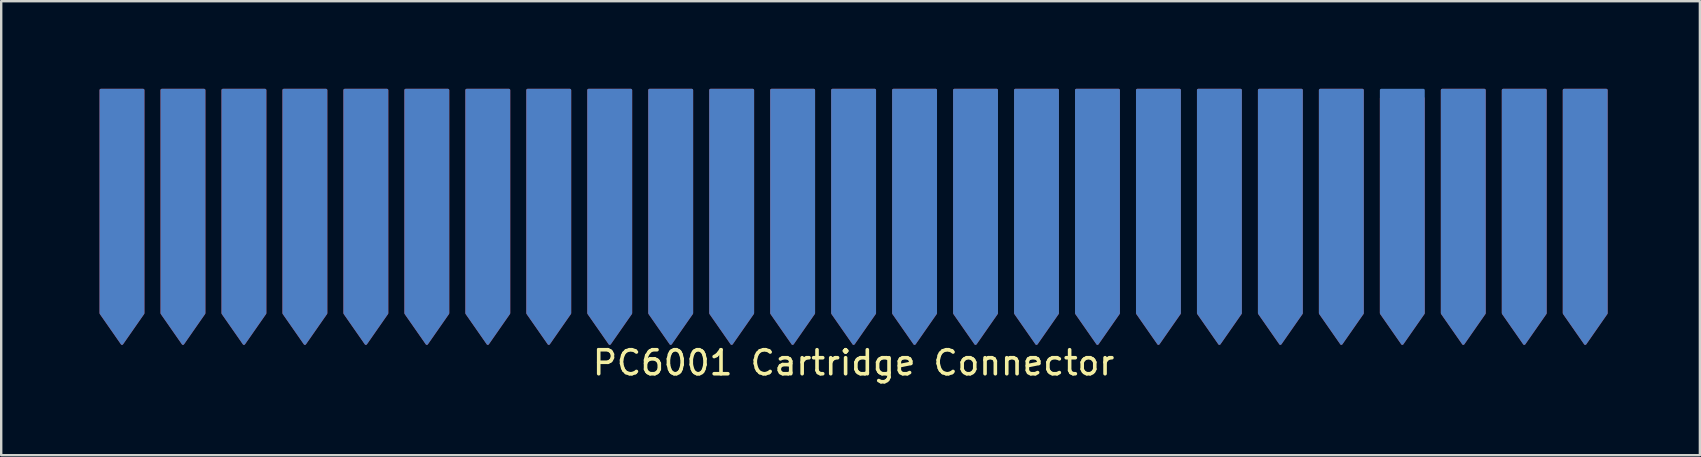
<source format=kicad_pcb>
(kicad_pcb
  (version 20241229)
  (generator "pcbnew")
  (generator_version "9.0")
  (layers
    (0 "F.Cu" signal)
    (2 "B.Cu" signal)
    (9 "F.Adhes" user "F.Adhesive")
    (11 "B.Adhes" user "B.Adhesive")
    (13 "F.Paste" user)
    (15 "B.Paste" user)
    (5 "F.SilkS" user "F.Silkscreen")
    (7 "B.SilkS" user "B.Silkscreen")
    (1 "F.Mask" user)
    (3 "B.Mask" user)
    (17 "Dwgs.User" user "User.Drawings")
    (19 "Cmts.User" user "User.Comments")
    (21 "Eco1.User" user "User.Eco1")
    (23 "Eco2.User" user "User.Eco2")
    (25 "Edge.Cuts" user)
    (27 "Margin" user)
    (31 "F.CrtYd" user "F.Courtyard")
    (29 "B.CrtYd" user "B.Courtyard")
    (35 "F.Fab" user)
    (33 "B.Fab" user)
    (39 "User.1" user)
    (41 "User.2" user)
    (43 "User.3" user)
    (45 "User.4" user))
  (footprint "PC6001 Cartridge Connector"
    (layer "F.Cu")
    (at 32.512 2.54)
    (property "Reference" "PC6001 Cartridge Connector" (at 0 9.525 0) (layer "F.SilkS") (effects (font (size 1 1) (thickness 0.15))))
    (attr through_hole)
    (pad "1" smd custom (at -30.48 0) (size 1 1) (layers "B.Cu" "B.Mask" "B.Paste") (options (anchor circle)) (primitives (gr_poly (pts (xy -0.885 -1.84) (xy -0.885 7.46) (xy 0.885 7.46) (xy 0.885 -1.84)) (width 0.1) (fill yes)) (gr_poly (pts (xy 0.885 7.46) (xy 0 8.73) (xy -0.885 7.46)) (width 0.1) (fill yes))))
    (pad "2" smd custom (at -30.48 0) (size 1 1) (layers "F.Cu" "F.Mask" "F.Paste") (options (anchor circle)) (primitives (gr_poly (pts (xy -0.885 -1.84) (xy -0.885 7.46) (xy 0.885 7.46) (xy 0.885 -1.84)) (width 0.1) (fill yes)) (gr_poly (pts (xy 0.885 7.46) (xy 0 8.73) (xy -0.885 7.46)) (width 0.1) (fill yes))))
    (pad "3" smd custom (at -27.94 0) (size 1 1) (layers "B.Cu" "B.Mask" "B.Paste") (options (anchor circle)) (primitives (gr_poly (pts (xy -0.885 -1.84) (xy -0.885 7.46) (xy 0.885 7.46) (xy 0.885 -1.84)) (width 0.1) (fill yes)) (gr_poly (pts (xy 0.885 7.46) (xy 0 8.73) (xy -0.885 7.46)) (width 0.1) (fill yes))))
    (pad "4" smd custom (at -27.94 0) (size 1 1) (layers "F.Cu" "F.Mask" "F.Paste") (options (anchor circle)) (primitives (gr_poly (pts (xy -0.885 -1.84) (xy -0.885 7.46) (xy 0.885 7.46) (xy 0.885 -1.84)) (width 0.1) (fill yes)) (gr_poly (pts (xy 0.885 7.46) (xy 0 8.73) (xy -0.885 7.46)) (width 0.1) (fill yes))))
    (pad "5" smd custom (at -25.4 0) (size 1 1) (layers "B.Cu" "B.Mask" "B.Paste") (options (anchor circle)) (primitives (gr_poly (pts (xy -0.885 -1.84) (xy -0.885 7.46) (xy 0.885 7.46) (xy 0.885 -1.84)) (width 0.1) (fill yes)) (gr_poly (pts (xy 0.885 7.46) (xy 0 8.73) (xy -0.885 7.46)) (width 0.1) (fill yes))))
    (pad "6" smd custom (at -25.4 0) (size 1 1) (layers "F.Cu" "F.Mask" "F.Paste") (options (anchor circle)) (primitives (gr_poly (pts (xy -0.885 -1.84) (xy -0.885 7.46) (xy 0.885 7.46) (xy 0.885 -1.84)) (width 0.1) (fill yes)) (gr_poly (pts (xy 0.885 7.46) (xy 0 8.73) (xy -0.885 7.46)) (width 0.1) (fill yes))))
    (pad "7" smd custom (at -22.86 0) (size 1 1) (layers "B.Cu" "B.Mask" "B.Paste") (options (anchor circle)) (primitives (gr_poly (pts (xy -0.885 -1.84) (xy -0.885 7.46) (xy 0.885 7.46) (xy 0.885 -1.84)) (width 0.1) (fill yes)) (gr_poly (pts (xy 0.885 7.46) (xy 0 8.73) (xy -0.885 7.46)) (width 0.1) (fill yes))))
    (pad "8" smd custom (at -22.86 0) (size 1 1) (layers "F.Cu" "F.Mask" "F.Paste") (options (anchor circle)) (primitives (gr_poly (pts (xy -0.885 -1.84) (xy -0.885 7.46) (xy 0.885 7.46) (xy 0.885 -1.84)) (width 0.1) (fill yes)) (gr_poly (pts (xy 0.885 7.46) (xy 0 8.73) (xy -0.885 7.46)) (width 0.1) (fill yes))))
    (pad "9" smd custom (at -20.32 0) (size 1 1) (layers "B.Cu" "B.Mask" "B.Paste") (options (anchor circle)) (primitives (gr_poly (pts (xy -0.885 -1.84) (xy -0.885 7.46) (xy 0.885 7.46) (xy 0.885 -1.84)) (width 0.1) (fill yes)) (gr_poly (pts (xy 0.885 7.46) (xy 0 8.73) (xy -0.885 7.46)) (width 0.1) (fill yes))))
    (pad "10" smd custom (at -20.32 0) (size 1 1) (layers "F.Cu" "F.Mask" "F.Paste") (options (anchor circle)) (primitives (gr_poly (pts (xy -0.885 -1.84) (xy -0.885 7.46) (xy 0.885 7.46) (xy 0.885 -1.84)) (width 0.1) (fill yes)) (gr_poly (pts (xy 0.885 7.46) (xy 0 8.73) (xy -0.885 7.46)) (width 0.1) (fill yes))))
    (pad "11" smd custom (at -17.78 0) (size 1 1) (layers "B.Cu" "B.Mask" "B.Paste") (options (anchor circle)) (primitives (gr_poly (pts (xy -0.885 -1.84) (xy -0.885 7.46) (xy 0.885 7.46) (xy 0.885 -1.84)) (width 0.1) (fill yes)) (gr_poly (pts (xy 0.885 7.46) (xy 0 8.73) (xy -0.885 7.46)) (width 0.1) (fill yes))))
    (pad "12" smd custom (at -17.78 0) (size 1 1) (layers "F.Cu" "F.Mask" "F.Paste") (options (anchor circle)) (primitives (gr_poly (pts (xy -0.885 -1.84) (xy -0.885 7.46) (xy 0.885 7.46) (xy 0.885 -1.84)) (width 0.1) (fill yes)) (gr_poly (pts (xy 0.885 7.46) (xy 0 8.73) (xy -0.885 7.46)) (width 0.1) (fill yes))))
    (pad "13" smd custom (at -15.24 0) (size 1 1) (layers "B.Cu" "B.Mask" "B.Paste") (options (anchor circle)) (primitives (gr_poly (pts (xy -0.885 -1.84) (xy -0.885 7.46) (xy 0.885 7.46) (xy 0.885 -1.84)) (width 0.1) (fill yes)) (gr_poly (pts (xy 0.885 7.46) (xy 0 8.73) (xy -0.885 7.46)) (width 0.1) (fill yes))))
    (pad "14" smd custom (at -15.24 0) (size 1 1) (layers "F.Cu" "F.Mask" "F.Paste") (options (anchor circle)) (primitives (gr_poly (pts (xy -0.885 -1.84) (xy -0.885 7.46) (xy 0.885 7.46) (xy 0.885 -1.84)) (width 0.1) (fill yes)) (gr_poly (pts (xy 0.885 7.46) (xy 0 8.73) (xy -0.885 7.46)) (width 0.1) (fill yes))))
    (pad "15" smd custom (at -12.7 0) (size 1 1) (layers "B.Cu" "B.Mask" "B.Paste") (options (anchor circle)) (primitives (gr_poly (pts (xy -0.885 -1.84) (xy -0.885 7.46) (xy 0.885 7.46) (xy 0.885 -1.84)) (width 0.1) (fill yes)) (gr_poly (pts (xy 0.885 7.46) (xy 0 8.73) (xy -0.885 7.46)) (width 0.1) (fill yes))))
    (pad "16" smd custom (at -12.7 0) (size 1 1) (layers "F.Cu" "F.Mask" "F.Paste") (options (anchor circle)) (primitives (gr_poly (pts (xy -0.885 -1.84) (xy -0.885 7.46) (xy 0.885 7.46) (xy 0.885 -1.84)) (width 0.1) (fill yes)) (gr_poly (pts (xy 0.885 7.46) (xy 0 8.73) (xy -0.885 7.46)) (width 0.1) (fill yes))))
    (pad "17" smd custom (at -10.16 0) (size 1 1) (layers "B.Cu" "B.Mask" "B.Paste") (options (anchor circle)) (primitives (gr_poly (pts (xy -0.885 -1.84) (xy -0.885 7.46) (xy 0.885 7.46) (xy 0.885 -1.84)) (width 0.1) (fill yes)) (gr_poly (pts (xy 0.885 7.46) (xy 0 8.73) (xy -0.885 7.46)) (width 0.1) (fill yes))))
    (pad "18" smd custom (at -10.16 0) (size 1 1) (layers "F.Cu" "F.Mask" "F.Paste") (options (anchor circle)) (primitives (gr_poly (pts (xy -0.885 -1.84) (xy -0.885 7.46) (xy 0.885 7.46) (xy 0.885 -1.84)) (width 0.1) (fill yes)) (gr_poly (pts (xy 0.885 7.46) (xy 0 8.73) (xy -0.885 7.46)) (width 0.1) (fill yes))))
    (pad "19" smd custom (at -7.62 0) (size 1 1) (layers "B.Cu" "B.Mask" "B.Paste") (options (anchor circle)) (primitives (gr_poly (pts (xy -0.885 -1.84) (xy -0.885 7.46) (xy 0.885 7.46) (xy 0.885 -1.84)) (width 0.1) (fill yes)) (gr_poly (pts (xy 0.885 7.46) (xy 0 8.73) (xy -0.885 7.46)) (width 0.1) (fill yes))))
    (pad "20" smd custom (at -7.62 0) (size 1 1) (layers "F.Cu" "F.Mask" "F.Paste") (options (anchor circle)) (primitives (gr_poly (pts (xy -0.885 -1.84) (xy -0.885 7.46) (xy 0.885 7.46) (xy 0.885 -1.84)) (width 0.1) (fill yes)) (gr_poly (pts (xy 0.885 7.46) (xy 0 8.73) (xy -0.885 7.46)) (width 0.1) (fill yes))))
    (pad "21" smd custom (at -5.08 0) (size 1 1) (layers "B.Cu" "B.Mask" "B.Paste") (options (anchor circle)) (primitives (gr_poly (pts (xy -0.885 -1.84) (xy -0.885 7.46) (xy 0.885 7.46) (xy 0.885 -1.84)) (width 0.1) (fill yes)) (gr_poly (pts (xy 0.885 7.46) (xy 0 8.73) (xy -0.885 7.46)) (width 0.1) (fill yes))))
    (pad "22" smd custom (at -5.08 0) (size 1 1) (layers "F.Cu" "F.Mask" "F.Paste") (options (anchor circle)) (primitives (gr_poly (pts (xy -0.885 -1.84) (xy -0.885 7.46) (xy 0.885 7.46) (xy 0.885 -1.84)) (width 0.1) (fill yes)) (gr_poly (pts (xy 0.885 7.46) (xy 0 8.73) (xy -0.885 7.46)) (width 0.1) (fill yes))))
    (pad "23" smd custom (at -2.54 0) (size 1 1) (layers "B.Cu" "B.Mask" "B.Paste") (options (anchor circle)) (primitives (gr_poly (pts (xy -0.885 -1.84) (xy -0.885 7.46) (xy 0.885 7.46) (xy 0.885 -1.84)) (width 0.1) (fill yes)) (gr_poly (pts (xy 0.885 7.46) (xy 0 8.73) (xy -0.885 7.46)) (width 0.1) (fill yes))))
    (pad "24" smd custom (at -2.54 0) (size 1 1) (layers "F.Cu" "F.Mask" "F.Paste") (options (anchor circle)) (primitives (gr_poly (pts (xy -0.885 -1.84) (xy -0.885 7.46) (xy 0.885 7.46) (xy 0.885 -1.84)) (width 0.1) (fill yes)) (gr_poly (pts (xy 0.885 7.46) (xy 0 8.73) (xy -0.885 7.46)) (width 0.1) (fill yes))))
    (pad "25" smd custom (at 0 0) (size 1 1) (layers "B.Cu" "B.Mask" "B.Paste") (options (anchor circle)) (primitives (gr_poly (pts (xy -0.885 -1.84) (xy -0.885 7.46) (xy 0.885 7.46) (xy 0.885 -1.84)) (width 0.1) (fill yes)) (gr_poly (pts (xy 0.885 7.46) (xy 0 8.73) (xy -0.885 7.46)) (width 0.1) (fill yes))))
    (pad "26" smd custom (at 0 0) (size 1 1) (layers "F.Cu" "F.Mask" "F.Paste") (options (anchor circle)) (primitives (gr_poly (pts (xy -0.885 -1.84) (xy -0.885 7.46) (xy 0.885 7.46) (xy 0.885 -1.84)) (width 0.1) (fill yes)) (gr_poly (pts (xy 0.885 7.46) (xy 0 8.73) (xy -0.885 7.46)) (width 0.1) (fill yes))))
    (pad "27" smd custom (at 2.54 0) (size 1 1) (layers "B.Cu" "B.Mask" "B.Paste") (options (anchor circle)) (primitives (gr_poly (pts (xy -0.885 -1.84) (xy -0.885 7.46) (xy 0.885 7.46) (xy 0.885 -1.84)) (width 0.1) (fill yes)) (gr_poly (pts (xy 0.885 7.46) (xy 0 8.73) (xy -0.885 7.46)) (width 0.1) (fill yes))))
    (pad "28" smd custom (at 2.54 0) (size 1 1) (layers "F.Cu" "F.Mask" "F.Paste") (options (anchor circle)) (primitives (gr_poly (pts (xy -0.885 -1.84) (xy -0.885 7.46) (xy 0.885 7.46) (xy 0.885 -1.84)) (width 0.1) (fill yes)) (gr_poly (pts (xy 0.885 7.46) (xy 0 8.73) (xy -0.885 7.46)) (width 0.1) (fill yes))))
    (pad "29" smd custom (at 5.08 0) (size 1 1) (layers "B.Cu" "B.Mask" "B.Paste") (options (anchor circle)) (primitives (gr_poly (pts (xy -0.885 -1.84) (xy -0.885 7.46) (xy 0.885 7.46) (xy 0.885 -1.84)) (width 0.1) (fill yes)) (gr_poly (pts (xy 0.885 7.46) (xy 0 8.73) (xy -0.885 7.46)) (width 0.1) (fill yes))))
    (pad "30" smd custom (at 5.08 0) (size 1 1) (layers "F.Cu" "F.Mask" "F.Paste") (options (anchor circle)) (primitives (gr_poly (pts (xy -0.885 -1.84) (xy -0.885 7.46) (xy 0.885 7.46) (xy 0.885 -1.84)) (width 0.1) (fill yes)) (gr_poly (pts (xy 0.885 7.46) (xy 0 8.73) (xy -0.885 7.46)) (width 0.1) (fill yes))))
    (pad "31" smd custom (at 7.62 0) (size 1 1) (layers "B.Cu" "B.Mask" "B.Paste") (options (anchor circle)) (primitives (gr_poly (pts (xy -0.885 -1.84) (xy -0.885 7.46) (xy 0.885 7.46) (xy 0.885 -1.84)) (width 0.1) (fill yes)) (gr_poly (pts (xy 0.885 7.46) (xy 0 8.73) (xy -0.885 7.46)) (width 0.1) (fill yes))))
    (pad "32" smd custom (at 7.62 0) (size 1 1) (layers "F.Cu" "F.Mask" "F.Paste") (options (anchor circle)) (primitives (gr_poly (pts (xy -0.885 -1.84) (xy -0.885 7.46) (xy 0.885 7.46) (xy 0.885 -1.84)) (width 0.1) (fill yes)) (gr_poly (pts (xy 0.885 7.46) (xy 0 8.73) (xy -0.885 7.46)) (width 0.1) (fill yes))))
    (pad "33" smd custom (at 10.16 0) (size 1 1) (layers "B.Cu" "B.Mask" "B.Paste") (options (anchor circle)) (primitives (gr_poly (pts (xy -0.885 -1.84) (xy -0.885 7.46) (xy 0.885 7.46) (xy 0.885 -1.84)) (width 0.1) (fill yes)) (gr_poly (pts (xy 0.885 7.46) (xy 0 8.73) (xy -0.885 7.46)) (width 0.1) (fill yes))))
    (pad "34" smd custom (at 10.16 0) (size 1 1) (layers "F.Cu" "F.Mask" "F.Paste") (options (anchor circle)) (primitives (gr_poly (pts (xy -0.885 -1.84) (xy -0.885 7.46) (xy 0.885 7.46) (xy 0.885 -1.84)) (width 0.1) (fill yes)) (gr_poly (pts (xy 0.885 7.46) (xy 0 8.73) (xy -0.885 7.46)) (width 0.1) (fill yes))))
    (pad "35" smd custom (at 12.7 0) (size 1 1) (layers "B.Cu" "B.Mask" "B.Paste") (options (anchor circle)) (primitives (gr_poly (pts (xy -0.885 -1.84) (xy -0.885 7.46) (xy 0.885 7.46) (xy 0.885 -1.84)) (width 0.1) (fill yes)) (gr_poly (pts (xy 0.885 7.46) (xy 0 8.73) (xy -0.885 7.46)) (width 0.1) (fill yes))))
    (pad "36" smd custom (at 12.7 0) (size 1 1) (layers "F.Cu" "F.Mask" "F.Paste") (options (anchor circle)) (primitives (gr_poly (pts (xy -0.885 -1.84) (xy -0.885 7.46) (xy 0.885 7.46) (xy 0.885 -1.84)) (width 0.1) (fill yes)) (gr_poly (pts (xy 0.885 7.46) (xy 0 8.73) (xy -0.885 7.46)) (width 0.1) (fill yes))))
    (pad "37" smd custom (at 15.24 0) (size 1 1) (layers "B.Cu" "B.Mask" "B.Paste") (options (anchor circle)) (primitives (gr_poly (pts (xy -0.885 -1.84) (xy -0.885 7.46) (xy 0.885 7.46) (xy 0.885 -1.84)) (width 0.1) (fill yes)) (gr_poly (pts (xy 0.885 7.46) (xy 0 8.73) (xy -0.885 7.46)) (width 0.1) (fill yes))))
    (pad "38" smd custom (at 15.24 0) (size 1 1) (layers "F.Cu" "F.Mask" "F.Paste") (options (anchor circle)) (primitives (gr_poly (pts (xy -0.885 -1.84) (xy -0.885 7.46) (xy 0.885 7.46) (xy 0.885 -1.84)) (width 0.1) (fill yes)) (gr_poly (pts (xy 0.885 7.46) (xy 0 8.73) (xy -0.885 7.46)) (width 0.1) (fill yes))))
    (pad "39" smd custom (at 17.78 0) (size 1 1) (layers "B.Cu" "B.Mask" "B.Paste") (options (anchor circle)) (primitives (gr_poly (pts (xy -0.885 -1.84) (xy -0.885 7.46) (xy 0.885 7.46) (xy 0.885 -1.84)) (width 0.1) (fill yes)) (gr_poly (pts (xy 0.885 7.46) (xy 0 8.73) (xy -0.885 7.46)) (width 0.1) (fill yes))))
    (pad "40" smd custom (at 17.78 0) (size 1 1) (layers "F.Cu" "F.Mask" "F.Paste") (options (anchor circle)) (primitives (gr_poly (pts (xy -0.885 -1.84) (xy -0.885 7.46) (xy 0.885 7.46) (xy 0.885 -1.84)) (width 0.1) (fill yes)) (gr_poly (pts (xy 0.885 7.46) (xy 0 8.73) (xy -0.885 7.46)) (width 0.1) (fill yes))))
    (pad "41" smd custom (at 20.32 0) (size 1 1) (layers "B.Cu" "B.Mask" "B.Paste") (options (anchor circle)) (primitives (gr_poly (pts (xy -0.885 -1.84) (xy -0.885 7.46) (xy 0.885 7.46) (xy 0.885 -1.84)) (width 0.1) (fill yes)) (gr_poly (pts (xy 0.885 7.46) (xy 0 8.73) (xy -0.885 7.46)) (width 0.1) (fill yes))))
    (pad "42" smd custom (at 20.32 0) (size 1 1) (layers "F.Cu" "F.Mask" "F.Paste") (options (anchor circle)) (primitives (gr_poly (pts (xy -0.885 -1.84) (xy -0.885 7.46) (xy 0.885 7.46) (xy 0.885 -1.84)) (width 0.1) (fill yes)) (gr_poly (pts (xy 0.885 7.46) (xy 0 8.73) (xy -0.885 7.46)) (width 0.1) (fill yes))))
    (pad "43" smd custom (at 22.86 0) (size 1 1) (layers "B.Cu" "B.Mask" "B.Paste") (options (anchor circle)) (primitives (gr_poly (pts (xy -0.885 -1.84) (xy -0.885 7.46) (xy 0.885 7.46) (xy 0.885 -1.84)) (width 0.1) (fill yes)) (gr_poly (pts (xy 0.885 7.46) (xy 0 8.73) (xy -0.885 7.46)) (width 0.1) (fill yes))))
    (pad "44" smd custom (at 22.86 0) (size 1 1) (layers "F.Cu" "F.Mask" "F.Paste") (options (anchor circle)) (primitives (gr_poly (pts (xy -0.885 -1.5) (xy -0.885 7.46) (xy 0.885 7.46) (xy 0.885 -1.5)) (width 0.1) (fill yes)) (gr_poly (pts (xy 0.885 7.46) (xy 0 8.73) (xy -0.885 7.46)) (width 0.1) (fill yes))))
    (pad "45" smd custom (at 25.4 0) (size 1 1) (layers "B.Cu" "B.Mask" "B.Paste") (options (anchor circle)) (primitives (gr_poly (pts (xy -0.885 -1.84) (xy -0.885 7.46) (xy 0.885 7.46) (xy 0.885 -1.84)) (width 0.1) (fill yes)) (gr_poly (pts (xy 0.885 7.46) (xy 0 8.73) (xy -0.885 7.46)) (width 0.1) (fill yes))))
    (pad "46" smd custom (at 25.4 0) (size 1 1) (layers "F.Cu" "F.Mask" "F.Paste") (options (anchor circle)) (primitives (gr_poly (pts (xy -0.885 -1.84) (xy -0.885 7.46) (xy 0.885 7.46) (xy 0.885 -1.84)) (width 0.1) (fill yes)) (gr_poly (pts (xy 0.885 7.46) (xy 0 8.73) (xy -0.885 7.46)) (width 0.1) (fill yes))))
    (pad "47" smd custom (at 27.94 0) (size 1 1) (layers "B.Cu" "B.Mask" "B.Paste") (options (anchor circle)) (primitives (gr_poly (pts (xy -0.885 -1.84) (xy -0.885 7.46) (xy 0.885 7.46) (xy 0.885 -1.84)) (width 0.1) (fill yes)) (gr_poly (pts (xy 0.885 7.46) (xy 0 8.73) (xy -0.885 7.46)) (width 0.1) (fill yes))))
    (pad "48" smd custom (at 27.94 0) (size 1 1) (layers "F.Cu" "F.Mask" "F.Paste") (options (anchor circle)) (primitives (gr_poly (pts (xy -0.885 -1.84) (xy -0.885 7.46) (xy 0.885 7.46) (xy 0.885 -1.84)) (width 0.1) (fill yes)) (gr_poly (pts (xy 0.885 7.46) (xy 0 8.73) (xy -0.885 7.46)) (width 0.1) (fill yes))))
    (pad "49" smd custom (at 30.48 0) (size 1 1) (layers "B.Cu" "B.Mask" "B.Paste") (options (anchor circle)) (primitives (gr_poly (pts (xy -0.885 -1.84) (xy -0.885 7.46) (xy 0.885 7.46) (xy 0.885 -1.84)) (width 0.1) (fill yes)) (gr_poly (pts (xy 0.885 7.46) (xy 0 8.73) (xy -0.885 7.46)) (width 0.1) (fill yes))))
    (pad "50" smd custom (at 30.48 0) (size 1 1) (layers "F.Cu" "F.Mask" "F.Paste") (options (anchor circle)) (primitives (gr_poly (pts (xy -0.885 -1.84) (xy -0.885 7.46) (xy 0.885 7.46) (xy 0.885 -1.84)) (width 0.1) (fill yes)) (gr_poly (pts (xy 0.885 7.46) (xy 0 8.73) (xy -0.885 7.46)) (width 0.1) (fill yes))))
    (zone (net_name "") (layers "F.Cu" "B.Cu") (hatch edge 0.5) (connect_pads) (min_thickness 0.25) (filled_areas_thickness no) (keepout (tracks not_allowed) (vias not_allowed) (pads allowed) (copperpour allowed) (footprints allowed)) (placement (enabled no)) (fill) (polygon (pts (xy 2.967 0.7) (xy 2.967 10) (xy 3.637 10) (xy 3.652 0.665) (xy 5.457 0.65) (xy 5.507 10) (xy 6.177 10) (xy 6.177 0.7) (xy 8.047 0.7) (xy 8.047 10) (xy 8.717 10) (xy 8.767 0.65) (xy 10.537 0.65) (xy 10.587 10) (xy 11.257 10) (xy 11.257 0.7) (xy 13.077 0.65) (xy 13.127 10) (xy 13.797 10) (xy 13.797 0.7) (xy 15.617 0.65) (xy 15.667 10) (xy 16.337 10) (xy 16.387 0.65) (xy 18.192 0.665) (xy 18.207 10) (xy 18.877 10) (xy 18.927 0.65) (xy 20.697 0.65) (xy 20.747 10) (xy 21.417 10) (xy 21.417 0.7) (xy 23.237 0.65) (xy 23.287 10) (xy 23.957 10) (xy 23.957 0.7) (xy 25.827 0.7) (xy 25.818 10.029) (xy 26.497 10) (xy 26.497 0.7) (xy 28.317 0.65) (xy 28.367 10) (xy 29.037 10) (xy 29.037 0.7) (xy 30.857 0.65) (xy 30.907 10) (xy 31.577 10) (xy 31.577 0.7) (xy 33.447 0.7) (xy 33.438 10.029) (xy 34.126 10.029) (xy 34.117 0.7) (xy 35.937 0.65) (xy 35.978 10.029) (xy 36.666 10.029) (xy 36.657 0.7) (xy 38.527 0.7) (xy 38.527 10) (xy 39.197 10) (xy 39.212 0.665) (xy 41.017 0.65) (xy 41.067 10) (xy 41.737 10) (xy 41.737 0.7) (xy 43.607 0.7) (xy 43.607 10) (xy 44.277 10) (xy 44.277 0.7) (xy 46.147 0.7) (xy 46.147 10) (xy 46.817 10) (xy 46.817 0.7) (xy 48.687 0.7) (xy 48.687 10) (xy 49.357 10) (xy 49.407 0.65) (xy 51.177 0.65) (xy 51.227 10) (xy 51.897 10) (xy 51.897 0.7) (xy 53.717 0.65) (xy 53.758 10.029) (xy 54.446 10.029) (xy 54.487 0.99) (xy 56.257 0.99) (xy 56.307 10) (xy 56.977 10) (xy 56.977 0.7) (xy 58.797 0.65) (xy 58.847 10) (xy 59.517 10) (xy 59.517 0.7) (xy 61.337 0.65) (xy 61.387 10) (xy 62.057 10) (xy 62.057 0.7) (xy 63.877 0.65) (xy 63.918 10.029) (xy 64.77 9.144) (xy 64.77 0) (xy 0.254 0) (xy 0 9.398) (xy 1.097 10) (xy 1.097 0.7) (xy 2.917 0.65)))))
  (gr_rect
    (start -3 -3)
    (end 67.77 15.913)
    (stroke (width 0.1) (type default))
    (fill no)
    (layer "Edge.Cuts")))
</source>
